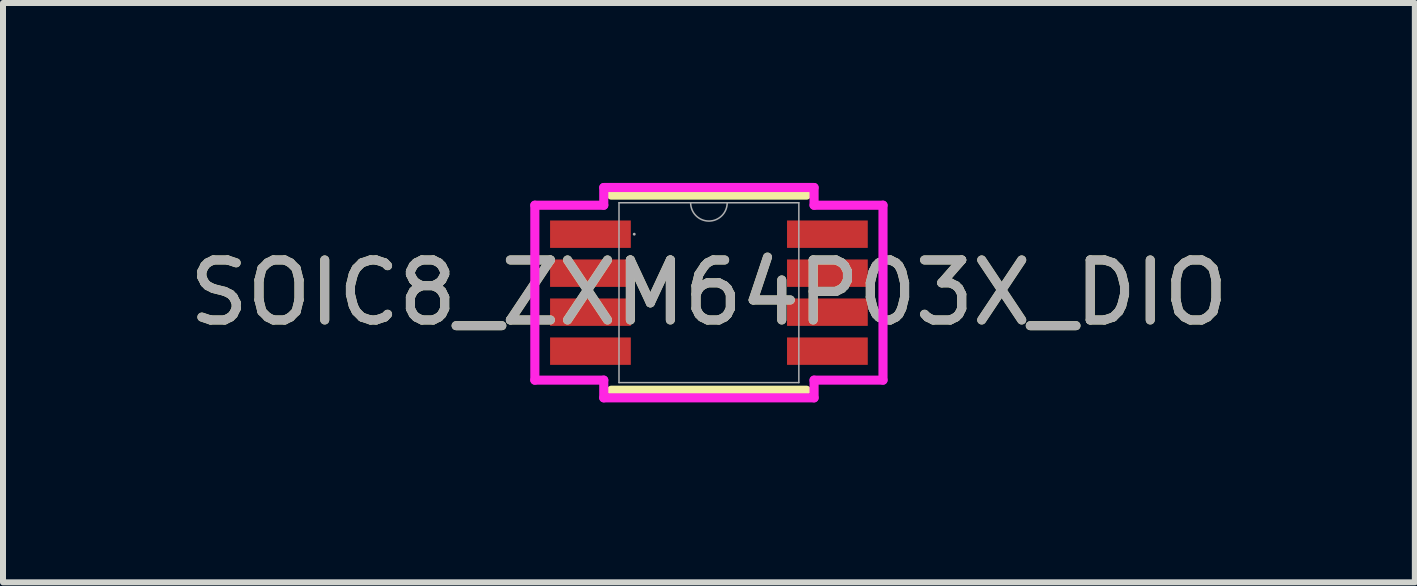
<source format=kicad_pcb>
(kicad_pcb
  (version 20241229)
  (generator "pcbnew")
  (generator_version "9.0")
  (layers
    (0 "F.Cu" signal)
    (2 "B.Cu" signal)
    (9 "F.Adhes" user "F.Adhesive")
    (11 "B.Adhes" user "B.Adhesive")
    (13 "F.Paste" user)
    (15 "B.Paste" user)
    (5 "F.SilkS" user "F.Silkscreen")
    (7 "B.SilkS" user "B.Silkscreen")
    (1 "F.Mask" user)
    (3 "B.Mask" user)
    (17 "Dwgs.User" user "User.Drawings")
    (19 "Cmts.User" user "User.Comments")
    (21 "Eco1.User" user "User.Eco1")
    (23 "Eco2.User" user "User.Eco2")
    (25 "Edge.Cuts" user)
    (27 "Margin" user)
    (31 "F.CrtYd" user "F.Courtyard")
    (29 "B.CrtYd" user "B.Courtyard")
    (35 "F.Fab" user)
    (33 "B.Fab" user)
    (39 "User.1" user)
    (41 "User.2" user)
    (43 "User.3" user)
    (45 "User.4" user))
  (footprint "SOIC8_ZXM64P03X_DIO"
    (layer "F.Cu")
    (at 8.768 1.829)
    (property "Reference" "SOIC8_ZXM64P03X_DIO" (at 0 0 0) (unlocked yes) (layer "F.SilkS") (effects (font (size 1 1) (thickness 0.15))))
    (attr smd)
    (fp_line (start -1.626 1.626) (end 1.626 1.626) (stroke (width 0.152) (type solid)) (layer "F.SilkS"))
    (fp_line (start 1.626 -1.626) (end -1.626 -1.626) (stroke (width 0.152) (type solid)) (layer "F.SilkS"))
    (fp_line (start -2.902 -1.458) (end -1.753 -1.458) (stroke (width 0.152) (type solid)) (layer "F.CrtYd"))
    (fp_line (start -2.902 1.458) (end -2.902 -1.458) (stroke (width 0.152) (type solid)) (layer "F.CrtYd"))
    (fp_line (start -2.902 1.458) (end -1.753 1.458) (stroke (width 0.152) (type solid)) (layer "F.CrtYd"))
    (fp_line (start -1.753 -1.753) (end 1.753 -1.753) (stroke (width 0.152) (type solid)) (layer "F.CrtYd"))
    (fp_line (start -1.753 -1.458) (end -1.753 -1.753) (stroke (width 0.152) (type solid)) (layer "F.CrtYd"))
    (fp_line (start -1.753 1.753) (end -1.753 1.458) (stroke (width 0.152) (type solid)) (layer "F.CrtYd"))
    (fp_line (start 1.753 -1.753) (end 1.753 -1.458) (stroke (width 0.152) (type solid)) (layer "F.CrtYd"))
    (fp_line (start 1.753 1.458) (end 1.753 1.753) (stroke (width 0.152) (type solid)) (layer "F.CrtYd"))
    (fp_line (start 1.753 1.753) (end -1.753 1.753) (stroke (width 0.152) (type solid)) (layer "F.CrtYd"))
    (fp_line (start 2.902 -1.458) (end 1.753 -1.458) (stroke (width 0.152) (type solid)) (layer "F.CrtYd"))
    (fp_line (start 2.902 -1.458) (end 2.902 1.458) (stroke (width 0.152) (type solid)) (layer "F.CrtYd"))
    (fp_line (start 2.902 1.458) (end 1.753 1.458) (stroke (width 0.152) (type solid)) (layer "F.CrtYd"))
    (fp_line (start -1.499 -1.499) (end -1.499 1.499) (stroke (width 0.025) (type solid)) (layer "F.Fab"))
    (fp_line (start -1.499 1.499) (end 1.499 1.499) (stroke (width 0.025) (type solid)) (layer "F.Fab"))
    (fp_line (start 1.499 -1.499) (end -1.499 -1.499) (stroke (width 0.025) (type solid)) (layer "F.Fab"))
    (fp_line (start 1.499 1.499) (end 1.499 -1.499) (stroke (width 0.025) (type solid)) (layer "F.Fab"))
    (fp_arc (start 0.3048 -1.4986) (mid 0 -1.1938) (end -0.3048 -1.4986) (stroke (width 0.0254) (type solid)) (layer "F.Fab"))
    (fp_circle (center -1.245 -0.975) (end -1.245 -0.975) (stroke (width 0.025) (type solid)) (fill no) (layer "F.Fab"))
    (fp_text user "${REFERENCE}" (at 0 0 0) (unlocked yes) (layer "F.Fab") (effects (font (size 1 1) (thickness 0.15))))
    (pad "1" smd rect (at -1.975 -0.975) (size 1.346 0.457) (layers "F.Cu" "F.Mask" "F.Paste"))
    (pad "2" smd rect (at -1.975 -0.325) (size 1.346 0.457) (layers "F.Cu" "F.Mask" "F.Paste"))
    (pad "3" smd rect (at -1.975 0.325) (size 1.346 0.457) (layers "F.Cu" "F.Mask" "F.Paste"))
    (pad "4" smd rect (at -1.975 0.975) (size 1.346 0.457) (layers "F.Cu" "F.Mask" "F.Paste"))
    (pad "5" smd rect (at 1.975 0.975) (size 1.346 0.457) (layers "F.Cu" "F.Mask" "F.Paste"))
    (pad "6" smd rect (at 1.975 0.325) (size 1.346 0.457) (layers "F.Cu" "F.Mask" "F.Paste"))
    (pad "7" smd rect (at 1.975 -0.325) (size 1.346 0.457) (layers "F.Cu" "F.Mask" "F.Paste"))
    (pad "8" smd rect (at 1.975 -0.975) (size 1.346 0.457) (layers "F.Cu" "F.Mask" "F.Paste")))
  (gr_rect
    (start -3 -3)
    (end 20.536 6.658)
    (stroke (width 0.1) (type default))
    (fill no)
    (layer "Edge.Cuts")))
</source>
